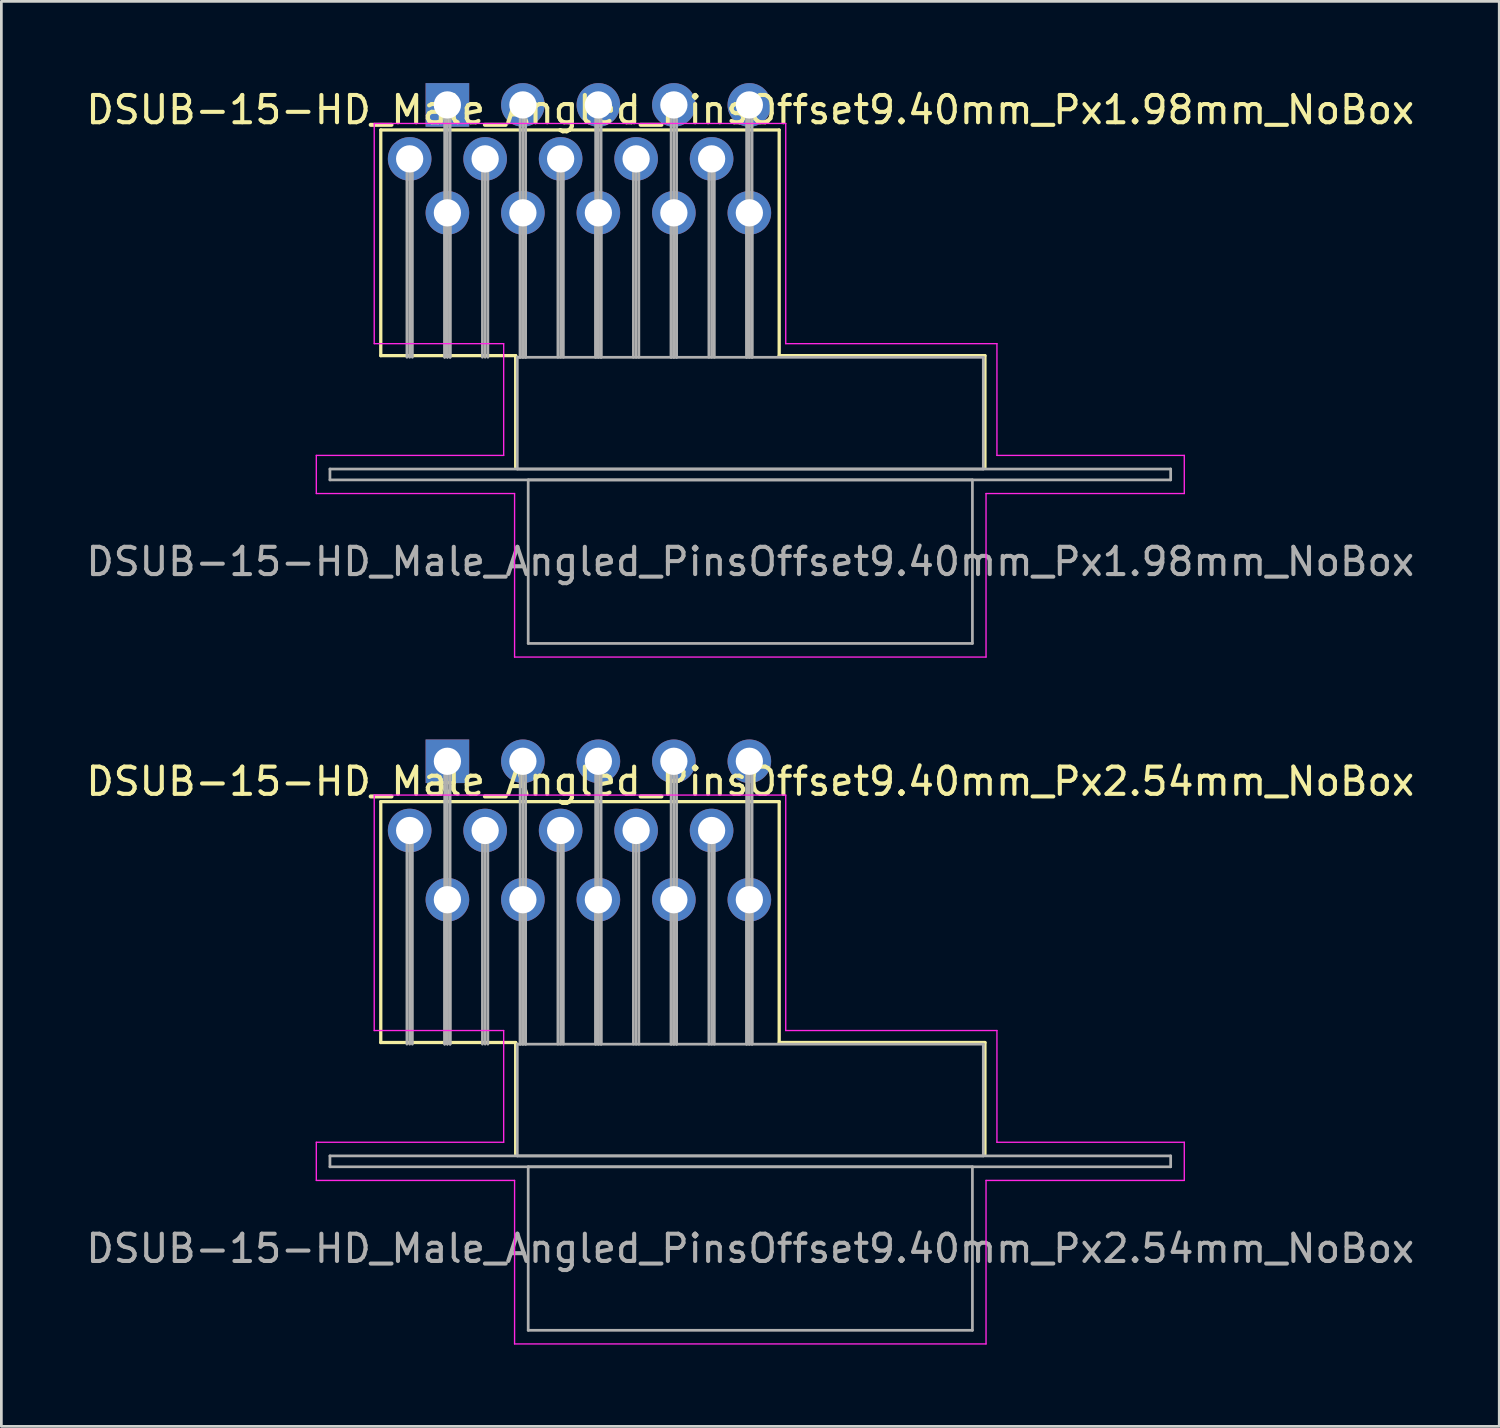
<source format=kicad_pcb>
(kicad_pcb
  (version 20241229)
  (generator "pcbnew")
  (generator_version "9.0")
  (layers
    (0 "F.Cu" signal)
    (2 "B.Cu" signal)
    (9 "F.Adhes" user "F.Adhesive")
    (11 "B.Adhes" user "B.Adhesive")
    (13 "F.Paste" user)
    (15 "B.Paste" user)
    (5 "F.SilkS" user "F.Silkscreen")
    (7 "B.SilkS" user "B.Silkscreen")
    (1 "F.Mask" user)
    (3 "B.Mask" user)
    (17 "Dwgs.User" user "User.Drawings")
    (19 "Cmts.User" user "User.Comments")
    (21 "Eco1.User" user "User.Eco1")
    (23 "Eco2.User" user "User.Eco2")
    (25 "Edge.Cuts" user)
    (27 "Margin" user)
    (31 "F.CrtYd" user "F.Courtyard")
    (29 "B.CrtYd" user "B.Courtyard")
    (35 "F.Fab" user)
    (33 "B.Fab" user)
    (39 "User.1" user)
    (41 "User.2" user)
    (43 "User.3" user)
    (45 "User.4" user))
  (footprint "DSUB-15-HD_Male_Angled_PinsOffset9.40mm_Px1.98mm_NoBox"
    (layer "F.Cu")
    (at 13.367 0.8)
    (property "Reference" "DSUB-15-HD_Male_Angled_PinsOffset9.40mm_Px1.98mm_NoBox" (at 11.115 0.18 0) (layer "F.SilkS") (effects (font (size 1 1) (thickness 0.15))))
    (attr through_hole)
    (fp_line (start -2.445 0.92) (end 12.175 0.92) (stroke (width 0.12) (type solid)) (layer "F.SilkS"))
    (fp_line (start -2.445 9.2) (end -2.445 0.92) (stroke (width 0.12) (type solid)) (layer "F.SilkS"))
    (fp_line (start -0.25 0.226) (end 0.25 0.226) (stroke (width 0.12) (type solid)) (layer "F.SilkS"))
    (fp_line (start 0 0.659) (end -0.25 0.226) (stroke (width 0.12) (type solid)) (layer "F.SilkS"))
    (fp_line (start 0.25 0.226) (end 0 0.659) (stroke (width 0.12) (type solid)) (layer "F.SilkS"))
    (fp_line (start 2.505 9.2) (end -2.445 9.2) (stroke (width 0.12) (type solid)) (layer "F.SilkS"))
    (fp_line (start 2.505 13.3) (end 2.505 9.2) (stroke (width 0.12) (type solid)) (layer "F.SilkS"))
    (fp_line (start 12.175 0.92) (end 12.175 9.2) (stroke (width 0.12) (type solid)) (layer "F.SilkS"))
    (fp_line (start 12.175 9.2) (end 19.725 9.2) (stroke (width 0.12) (type solid)) (layer "F.SilkS"))
    (fp_line (start 19.725 9.2) (end 19.725 13.3) (stroke (width 0.12) (type solid)) (layer "F.SilkS"))
    (fp_line (start -4.81 12.86) (end 2.065 12.86) (stroke (width 0.05) (type solid)) (layer "F.CrtYd"))
    (fp_line (start -4.81 14.26) (end -4.81 12.86) (stroke (width 0.05) (type solid)) (layer "F.CrtYd"))
    (fp_line (start -2.685 0.68) (end 12.415 0.68) (stroke (width 0.05) (type solid)) (layer "F.CrtYd"))
    (fp_line (start -2.685 8.76) (end -2.685 0.68) (stroke (width 0.05) (type solid)) (layer "F.CrtYd"))
    (fp_line (start 2.065 8.76) (end -2.685 8.76) (stroke (width 0.05) (type solid)) (layer "F.CrtYd"))
    (fp_line (start 2.065 12.86) (end 2.065 8.76) (stroke (width 0.05) (type solid)) (layer "F.CrtYd"))
    (fp_line (start 2.465 14.26) (end -4.81 14.26) (stroke (width 0.05) (type solid)) (layer "F.CrtYd"))
    (fp_line (start 2.465 20.26) (end 2.465 14.26) (stroke (width 0.05) (type solid)) (layer "F.CrtYd"))
    (fp_line (start 12.415 0.68) (end 12.415 8.76) (stroke (width 0.05) (type solid)) (layer "F.CrtYd"))
    (fp_line (start 12.415 8.76) (end 20.165 8.76) (stroke (width 0.05) (type solid)) (layer "F.CrtYd"))
    (fp_line (start 19.765 14.26) (end 19.765 20.26) (stroke (width 0.05) (type solid)) (layer "F.CrtYd"))
    (fp_line (start 19.765 20.26) (end 2.465 20.26) (stroke (width 0.05) (type solid)) (layer "F.CrtYd"))
    (fp_line (start 20.165 8.76) (end 20.165 12.86) (stroke (width 0.05) (type solid)) (layer "F.CrtYd"))
    (fp_line (start 20.165 12.86) (end 27.04 12.86) (stroke (width 0.05) (type solid)) (layer "F.CrtYd"))
    (fp_line (start 27.04 12.86) (end 27.04 14.26) (stroke (width 0.05) (type solid)) (layer "F.CrtYd"))
    (fp_line (start 27.04 14.26) (end 19.765 14.26) (stroke (width 0.05) (type solid)) (layer "F.CrtYd"))
    (fp_line (start -4.31 13.36) (end -4.31 13.76) (stroke (width 0.1) (type solid)) (layer "F.Fab"))
    (fp_line (start -4.31 13.76) (end 26.54 13.76) (stroke (width 0.1) (type solid)) (layer "F.Fab"))
    (fp_line (start -1.485 1.98) (end -1.485 9.26) (stroke (width 0.1) (type solid)) (layer "F.Fab"))
    (fp_line (start -1.385 1.98) (end -1.385 9.26) (stroke (width 0.1) (type solid)) (layer "F.Fab"))
    (fp_line (start -1.285 1.98) (end -1.285 9.26) (stroke (width 0.1) (type solid)) (layer "F.Fab"))
    (fp_line (start -0.1 0) (end -0.1 9.26) (stroke (width 0.1) (type solid)) (layer "F.Fab"))
    (fp_line (start -0.1 3.96) (end -0.1 9.26) (stroke (width 0.1) (type solid)) (layer "F.Fab"))
    (fp_line (start 0 0) (end 0 9.26) (stroke (width 0.1) (type solid)) (layer "F.Fab"))
    (fp_line (start 0 3.96) (end 0 9.26) (stroke (width 0.1) (type solid)) (layer "F.Fab"))
    (fp_line (start 0.1 0) (end 0.1 9.26) (stroke (width 0.1) (type solid)) (layer "F.Fab"))
    (fp_line (start 0.1 3.96) (end 0.1 9.26) (stroke (width 0.1) (type solid)) (layer "F.Fab"))
    (fp_line (start 1.285 1.98) (end 1.285 9.26) (stroke (width 0.1) (type solid)) (layer "F.Fab"))
    (fp_line (start 1.385 1.98) (end 1.385 9.26) (stroke (width 0.1) (type solid)) (layer "F.Fab"))
    (fp_line (start 1.485 1.98) (end 1.485 9.26) (stroke (width 0.1) (type solid)) (layer "F.Fab"))
    (fp_line (start 2.565 9.26) (end 2.565 13.36) (stroke (width 0.1) (type solid)) (layer "F.Fab"))
    (fp_line (start 2.565 13.36) (end 19.665 13.36) (stroke (width 0.1) (type solid)) (layer "F.Fab"))
    (fp_line (start 2.67 0) (end 2.67 9.26) (stroke (width 0.1) (type solid)) (layer "F.Fab"))
    (fp_line (start 2.67 3.96) (end 2.67 9.26) (stroke (width 0.1) (type solid)) (layer "F.Fab"))
    (fp_line (start 2.77 0) (end 2.77 9.26) (stroke (width 0.1) (type solid)) (layer "F.Fab"))
    (fp_line (start 2.77 3.96) (end 2.77 9.26) (stroke (width 0.1) (type solid)) (layer "F.Fab"))
    (fp_line (start 2.87 0) (end 2.87 9.26) (stroke (width 0.1) (type solid)) (layer "F.Fab"))
    (fp_line (start 2.87 3.96) (end 2.87 9.26) (stroke (width 0.1) (type solid)) (layer "F.Fab"))
    (fp_line (start 2.965 13.76) (end 2.965 19.76) (stroke (width 0.1) (type solid)) (layer "F.Fab"))
    (fp_line (start 2.965 19.76) (end 19.265 19.76) (stroke (width 0.1) (type solid)) (layer "F.Fab"))
    (fp_line (start 4.055 1.98) (end 4.055 9.26) (stroke (width 0.1) (type solid)) (layer "F.Fab"))
    (fp_line (start 4.155 1.98) (end 4.155 9.26) (stroke (width 0.1) (type solid)) (layer "F.Fab"))
    (fp_line (start 4.255 1.98) (end 4.255 9.26) (stroke (width 0.1) (type solid)) (layer "F.Fab"))
    (fp_line (start 5.44 0) (end 5.44 9.26) (stroke (width 0.1) (type solid)) (layer "F.Fab"))
    (fp_line (start 5.44 3.96) (end 5.44 9.26) (stroke (width 0.1) (type solid)) (layer "F.Fab"))
    (fp_line (start 5.54 0) (end 5.54 9.26) (stroke (width 0.1) (type solid)) (layer "F.Fab"))
    (fp_line (start 5.54 3.96) (end 5.54 9.26) (stroke (width 0.1) (type solid)) (layer "F.Fab"))
    (fp_line (start 5.64 0) (end 5.64 9.26) (stroke (width 0.1) (type solid)) (layer "F.Fab"))
    (fp_line (start 5.64 3.96) (end 5.64 9.26) (stroke (width 0.1) (type solid)) (layer "F.Fab"))
    (fp_line (start 6.825 1.98) (end 6.825 9.26) (stroke (width 0.1) (type solid)) (layer "F.Fab"))
    (fp_line (start 6.925 1.98) (end 6.925 9.26) (stroke (width 0.1) (type solid)) (layer "F.Fab"))
    (fp_line (start 7.025 1.98) (end 7.025 9.26) (stroke (width 0.1) (type solid)) (layer "F.Fab"))
    (fp_line (start 8.21 0) (end 8.21 9.26) (stroke (width 0.1) (type solid)) (layer "F.Fab"))
    (fp_line (start 8.21 3.96) (end 8.21 9.26) (stroke (width 0.1) (type solid)) (layer "F.Fab"))
    (fp_line (start 8.31 0) (end 8.31 9.26) (stroke (width 0.1) (type solid)) (layer "F.Fab"))
    (fp_line (start 8.31 3.96) (end 8.31 9.26) (stroke (width 0.1) (type solid)) (layer "F.Fab"))
    (fp_line (start 8.41 0) (end 8.41 9.26) (stroke (width 0.1) (type solid)) (layer "F.Fab"))
    (fp_line (start 8.41 3.96) (end 8.41 9.26) (stroke (width 0.1) (type solid)) (layer "F.Fab"))
    (fp_line (start 9.595 1.98) (end 9.595 9.26) (stroke (width 0.1) (type solid)) (layer "F.Fab"))
    (fp_line (start 9.695 1.98) (end 9.695 9.26) (stroke (width 0.1) (type solid)) (layer "F.Fab"))
    (fp_line (start 9.795 1.98) (end 9.795 9.26) (stroke (width 0.1) (type solid)) (layer "F.Fab"))
    (fp_line (start 10.98 0) (end 10.98 9.26) (stroke (width 0.1) (type solid)) (layer "F.Fab"))
    (fp_line (start 10.98 3.96) (end 10.98 9.26) (stroke (width 0.1) (type solid)) (layer "F.Fab"))
    (fp_line (start 11.08 0) (end 11.08 9.26) (stroke (width 0.1) (type solid)) (layer "F.Fab"))
    (fp_line (start 11.08 3.96) (end 11.08 9.26) (stroke (width 0.1) (type solid)) (layer "F.Fab"))
    (fp_line (start 11.18 0) (end 11.18 9.26) (stroke (width 0.1) (type solid)) (layer "F.Fab"))
    (fp_line (start 11.18 3.96) (end 11.18 9.26) (stroke (width 0.1) (type solid)) (layer "F.Fab"))
    (fp_line (start 19.265 13.76) (end 2.965 13.76) (stroke (width 0.1) (type solid)) (layer "F.Fab"))
    (fp_line (start 19.265 19.76) (end 19.265 13.76) (stroke (width 0.1) (type solid)) (layer "F.Fab"))
    (fp_line (start 19.665 9.26) (end 2.565 9.26) (stroke (width 0.1) (type solid)) (layer "F.Fab"))
    (fp_line (start 19.665 13.36) (end 19.665 9.26) (stroke (width 0.1) (type solid)) (layer "F.Fab"))
    (fp_line (start 26.54 13.36) (end -4.31 13.36) (stroke (width 0.1) (type solid)) (layer "F.Fab"))
    (fp_line (start 26.54 13.76) (end 26.54 13.36) (stroke (width 0.1) (type solid)) (layer "F.Fab"))
    (fp_text user "${REFERENCE}" (at 11.115 16.76 0) (layer "F.Fab") (effects (font (size 1 1) (thickness 0.15))))
    (pad "1" thru_hole rect (at 0 0) (size 1.6 1.6) (drill 1) (layers "*.Cu" "*.Mask"))
    (pad "2" thru_hole circle (at 2.77 0) (size 1.6 1.6) (drill 1) (layers "*.Cu" "*.Mask"))
    (pad "3" thru_hole circle (at 5.54 0) (size 1.6 1.6) (drill 1) (layers "*.Cu" "*.Mask"))
    (pad "4" thru_hole circle (at 8.31 0) (size 1.6 1.6) (drill 1) (layers "*.Cu" "*.Mask"))
    (pad "5" thru_hole circle (at 11.08 0) (size 1.6 1.6) (drill 1) (layers "*.Cu" "*.Mask"))
    (pad "6" thru_hole circle (at -1.385 1.98) (size 1.6 1.6) (drill 1) (layers "*.Cu" "*.Mask"))
    (pad "7" thru_hole circle (at 1.385 1.98) (size 1.6 1.6) (drill 1) (layers "*.Cu" "*.Mask"))
    (pad "8" thru_hole circle (at 4.155 1.98) (size 1.6 1.6) (drill 1) (layers "*.Cu" "*.Mask"))
    (pad "9" thru_hole circle (at 6.925 1.98) (size 1.6 1.6) (drill 1) (layers "*.Cu" "*.Mask"))
    (pad "10" thru_hole circle (at 9.695 1.98) (size 1.6 1.6) (drill 1) (layers "*.Cu" "*.Mask"))
    (pad "11" thru_hole circle (at 0 3.96) (size 1.6 1.6) (drill 1) (layers "*.Cu" "*.Mask"))
    (pad "12" thru_hole circle (at 2.77 3.96) (size 1.6 1.6) (drill 1) (layers "*.Cu" "*.Mask"))
    (pad "13" thru_hole circle (at 5.54 3.96) (size 1.6 1.6) (drill 1) (layers "*.Cu" "*.Mask"))
    (pad "14" thru_hole circle (at 8.31 3.96) (size 1.6 1.6) (drill 1) (layers "*.Cu" "*.Mask"))
    (pad "15" thru_hole circle (at 11.08 3.96) (size 1.6 1.6) (drill 1) (layers "*.Cu" "*.Mask")))
  (footprint "DSUB-15-HD_Male_Angled_PinsOffset9.40mm_Px2.54mm_NoBox"
    (layer "F.Cu")
    (at 13.367 24.885)
    (property "Reference" "DSUB-15-HD_Male_Angled_PinsOffset9.40mm_Px2.54mm_NoBox" (at 11.115 0.74 0) (layer "F.SilkS") (effects (font (size 1 1) (thickness 0.15))))
    (attr through_hole)
    (fp_line (start -2.445 1.48) (end 12.175 1.48) (stroke (width 0.12) (type solid)) (layer "F.SilkS"))
    (fp_line (start -2.445 10.32) (end -2.445 1.48) (stroke (width 0.12) (type solid)) (layer "F.SilkS"))
    (fp_line (start -0.25 0.786) (end 0.25 0.786) (stroke (width 0.12) (type solid)) (layer "F.SilkS"))
    (fp_line (start 0 1.219) (end -0.25 0.786) (stroke (width 0.12) (type solid)) (layer "F.SilkS"))
    (fp_line (start 0.25 0.786) (end 0 1.219) (stroke (width 0.12) (type solid)) (layer "F.SilkS"))
    (fp_line (start 2.505 10.32) (end -2.445 10.32) (stroke (width 0.12) (type solid)) (layer "F.SilkS"))
    (fp_line (start 2.505 14.42) (end 2.505 10.32) (stroke (width 0.12) (type solid)) (layer "F.SilkS"))
    (fp_line (start 12.175 1.48) (end 12.175 10.32) (stroke (width 0.12) (type solid)) (layer "F.SilkS"))
    (fp_line (start 12.175 10.32) (end 19.725 10.32) (stroke (width 0.12) (type solid)) (layer "F.SilkS"))
    (fp_line (start 19.725 10.32) (end 19.725 14.42) (stroke (width 0.12) (type solid)) (layer "F.SilkS"))
    (fp_line (start -4.81 13.98) (end 2.065 13.98) (stroke (width 0.05) (type solid)) (layer "F.CrtYd"))
    (fp_line (start -4.81 15.38) (end -4.81 13.98) (stroke (width 0.05) (type solid)) (layer "F.CrtYd"))
    (fp_line (start -2.685 1.24) (end 12.415 1.24) (stroke (width 0.05) (type solid)) (layer "F.CrtYd"))
    (fp_line (start -2.685 9.88) (end -2.685 1.24) (stroke (width 0.05) (type solid)) (layer "F.CrtYd"))
    (fp_line (start 2.065 9.88) (end -2.685 9.88) (stroke (width 0.05) (type solid)) (layer "F.CrtYd"))
    (fp_line (start 2.065 13.98) (end 2.065 9.88) (stroke (width 0.05) (type solid)) (layer "F.CrtYd"))
    (fp_line (start 2.465 15.38) (end -4.81 15.38) (stroke (width 0.05) (type solid)) (layer "F.CrtYd"))
    (fp_line (start 2.465 21.38) (end 2.465 15.38) (stroke (width 0.05) (type solid)) (layer "F.CrtYd"))
    (fp_line (start 12.415 1.24) (end 12.415 9.88) (stroke (width 0.05) (type solid)) (layer "F.CrtYd"))
    (fp_line (start 12.415 9.88) (end 20.165 9.88) (stroke (width 0.05) (type solid)) (layer "F.CrtYd"))
    (fp_line (start 19.765 15.38) (end 19.765 21.38) (stroke (width 0.05) (type solid)) (layer "F.CrtYd"))
    (fp_line (start 19.765 21.38) (end 2.465 21.38) (stroke (width 0.05) (type solid)) (layer "F.CrtYd"))
    (fp_line (start 20.165 9.88) (end 20.165 13.98) (stroke (width 0.05) (type solid)) (layer "F.CrtYd"))
    (fp_line (start 20.165 13.98) (end 27.04 13.98) (stroke (width 0.05) (type solid)) (layer "F.CrtYd"))
    (fp_line (start 27.04 13.98) (end 27.04 15.38) (stroke (width 0.05) (type solid)) (layer "F.CrtYd"))
    (fp_line (start 27.04 15.38) (end 19.765 15.38) (stroke (width 0.05) (type solid)) (layer "F.CrtYd"))
    (fp_line (start -4.31 14.48) (end -4.31 14.88) (stroke (width 0.1) (type solid)) (layer "F.Fab"))
    (fp_line (start -4.31 14.88) (end 26.54 14.88) (stroke (width 0.1) (type solid)) (layer "F.Fab"))
    (fp_line (start -1.485 2.54) (end -1.485 10.38) (stroke (width 0.1) (type solid)) (layer "F.Fab"))
    (fp_line (start -1.385 2.54) (end -1.385 10.38) (stroke (width 0.1) (type solid)) (layer "F.Fab"))
    (fp_line (start -1.285 2.54) (end -1.285 10.38) (stroke (width 0.1) (type solid)) (layer "F.Fab"))
    (fp_line (start -0.1 0) (end -0.1 10.38) (stroke (width 0.1) (type solid)) (layer "F.Fab"))
    (fp_line (start -0.1 5.08) (end -0.1 10.38) (stroke (width 0.1) (type solid)) (layer "F.Fab"))
    (fp_line (start 0 0) (end 0 10.38) (stroke (width 0.1) (type solid)) (layer "F.Fab"))
    (fp_line (start 0 5.08) (end 0 10.38) (stroke (width 0.1) (type solid)) (layer "F.Fab"))
    (fp_line (start 0.1 0) (end 0.1 10.38) (stroke (width 0.1) (type solid)) (layer "F.Fab"))
    (fp_line (start 0.1 5.08) (end 0.1 10.38) (stroke (width 0.1) (type solid)) (layer "F.Fab"))
    (fp_line (start 1.285 2.54) (end 1.285 10.38) (stroke (width 0.1) (type solid)) (layer "F.Fab"))
    (fp_line (start 1.385 2.54) (end 1.385 10.38) (stroke (width 0.1) (type solid)) (layer "F.Fab"))
    (fp_line (start 1.485 2.54) (end 1.485 10.38) (stroke (width 0.1) (type solid)) (layer "F.Fab"))
    (fp_line (start 2.565 10.38) (end 2.565 14.48) (stroke (width 0.1) (type solid)) (layer "F.Fab"))
    (fp_line (start 2.565 14.48) (end 19.665 14.48) (stroke (width 0.1) (type solid)) (layer "F.Fab"))
    (fp_line (start 2.67 0) (end 2.67 10.38) (stroke (width 0.1) (type solid)) (layer "F.Fab"))
    (fp_line (start 2.67 5.08) (end 2.67 10.38) (stroke (width 0.1) (type solid)) (layer "F.Fab"))
    (fp_line (start 2.77 0) (end 2.77 10.38) (stroke (width 0.1) (type solid)) (layer "F.Fab"))
    (fp_line (start 2.77 5.08) (end 2.77 10.38) (stroke (width 0.1) (type solid)) (layer "F.Fab"))
    (fp_line (start 2.87 0) (end 2.87 10.38) (stroke (width 0.1) (type solid)) (layer "F.Fab"))
    (fp_line (start 2.87 5.08) (end 2.87 10.38) (stroke (width 0.1) (type solid)) (layer "F.Fab"))
    (fp_line (start 2.965 14.88) (end 2.965 20.88) (stroke (width 0.1) (type solid)) (layer "F.Fab"))
    (fp_line (start 2.965 20.88) (end 19.265 20.88) (stroke (width 0.1) (type solid)) (layer "F.Fab"))
    (fp_line (start 4.055 2.54) (end 4.055 10.38) (stroke (width 0.1) (type solid)) (layer "F.Fab"))
    (fp_line (start 4.155 2.54) (end 4.155 10.38) (stroke (width 0.1) (type solid)) (layer "F.Fab"))
    (fp_line (start 4.255 2.54) (end 4.255 10.38) (stroke (width 0.1) (type solid)) (layer "F.Fab"))
    (fp_line (start 5.44 0) (end 5.44 10.38) (stroke (width 0.1) (type solid)) (layer "F.Fab"))
    (fp_line (start 5.44 5.08) (end 5.44 10.38) (stroke (width 0.1) (type solid)) (layer "F.Fab"))
    (fp_line (start 5.54 0) (end 5.54 10.38) (stroke (width 0.1) (type solid)) (layer "F.Fab"))
    (fp_line (start 5.54 5.08) (end 5.54 10.38) (stroke (width 0.1) (type solid)) (layer "F.Fab"))
    (fp_line (start 5.64 0) (end 5.64 10.38) (stroke (width 0.1) (type solid)) (layer "F.Fab"))
    (fp_line (start 5.64 5.08) (end 5.64 10.38) (stroke (width 0.1) (type solid)) (layer "F.Fab"))
    (fp_line (start 6.825 2.54) (end 6.825 10.38) (stroke (width 0.1) (type solid)) (layer "F.Fab"))
    (fp_line (start 6.925 2.54) (end 6.925 10.38) (stroke (width 0.1) (type solid)) (layer "F.Fab"))
    (fp_line (start 7.025 2.54) (end 7.025 10.38) (stroke (width 0.1) (type solid)) (layer "F.Fab"))
    (fp_line (start 8.21 0) (end 8.21 10.38) (stroke (width 0.1) (type solid)) (layer "F.Fab"))
    (fp_line (start 8.21 5.08) (end 8.21 10.38) (stroke (width 0.1) (type solid)) (layer "F.Fab"))
    (fp_line (start 8.31 0) (end 8.31 10.38) (stroke (width 0.1) (type solid)) (layer "F.Fab"))
    (fp_line (start 8.31 5.08) (end 8.31 10.38) (stroke (width 0.1) (type solid)) (layer "F.Fab"))
    (fp_line (start 8.41 0) (end 8.41 10.38) (stroke (width 0.1) (type solid)) (layer "F.Fab"))
    (fp_line (start 8.41 5.08) (end 8.41 10.38) (stroke (width 0.1) (type solid)) (layer "F.Fab"))
    (fp_line (start 9.595 2.54) (end 9.595 10.38) (stroke (width 0.1) (type solid)) (layer "F.Fab"))
    (fp_line (start 9.695 2.54) (end 9.695 10.38) (stroke (width 0.1) (type solid)) (layer "F.Fab"))
    (fp_line (start 9.795 2.54) (end 9.795 10.38) (stroke (width 0.1) (type solid)) (layer "F.Fab"))
    (fp_line (start 10.98 0) (end 10.98 10.38) (stroke (width 0.1) (type solid)) (layer "F.Fab"))
    (fp_line (start 10.98 5.08) (end 10.98 10.38) (stroke (width 0.1) (type solid)) (layer "F.Fab"))
    (fp_line (start 11.08 0) (end 11.08 10.38) (stroke (width 0.1) (type solid)) (layer "F.Fab"))
    (fp_line (start 11.08 5.08) (end 11.08 10.38) (stroke (width 0.1) (type solid)) (layer "F.Fab"))
    (fp_line (start 11.18 0) (end 11.18 10.38) (stroke (width 0.1) (type solid)) (layer "F.Fab"))
    (fp_line (start 11.18 5.08) (end 11.18 10.38) (stroke (width 0.1) (type solid)) (layer "F.Fab"))
    (fp_line (start 19.265 14.88) (end 2.965 14.88) (stroke (width 0.1) (type solid)) (layer "F.Fab"))
    (fp_line (start 19.265 20.88) (end 19.265 14.88) (stroke (width 0.1) (type solid)) (layer "F.Fab"))
    (fp_line (start 19.665 10.38) (end 2.565 10.38) (stroke (width 0.1) (type solid)) (layer "F.Fab"))
    (fp_line (start 19.665 14.48) (end 19.665 10.38) (stroke (width 0.1) (type solid)) (layer "F.Fab"))
    (fp_line (start 26.54 14.48) (end -4.31 14.48) (stroke (width 0.1) (type solid)) (layer "F.Fab"))
    (fp_line (start 26.54 14.88) (end 26.54 14.48) (stroke (width 0.1) (type solid)) (layer "F.Fab"))
    (fp_text user "${REFERENCE}" (at 11.115 17.88 0) (layer "F.Fab") (effects (font (size 1 1) (thickness 0.15))))
    (pad "1" thru_hole rect (at 0 0) (size 1.6 1.6) (drill 1) (layers "*.Cu" "*.Mask"))
    (pad "2" thru_hole circle (at 2.77 0) (size 1.6 1.6) (drill 1) (layers "*.Cu" "*.Mask"))
    (pad "3" thru_hole circle (at 5.54 0) (size 1.6 1.6) (drill 1) (layers "*.Cu" "*.Mask"))
    (pad "4" thru_hole circle (at 8.31 0) (size 1.6 1.6) (drill 1) (layers "*.Cu" "*.Mask"))
    (pad "5" thru_hole circle (at 11.08 0) (size 1.6 1.6) (drill 1) (layers "*.Cu" "*.Mask"))
    (pad "6" thru_hole circle (at -1.385 2.54) (size 1.6 1.6) (drill 1) (layers "*.Cu" "*.Mask"))
    (pad "7" thru_hole circle (at 1.385 2.54) (size 1.6 1.6) (drill 1) (layers "*.Cu" "*.Mask"))
    (pad "8" thru_hole circle (at 4.155 2.54) (size 1.6 1.6) (drill 1) (layers "*.Cu" "*.Mask"))
    (pad "9" thru_hole circle (at 6.925 2.54) (size 1.6 1.6) (drill 1) (layers "*.Cu" "*.Mask"))
    (pad "10" thru_hole circle (at 9.695 2.54) (size 1.6 1.6) (drill 1) (layers "*.Cu" "*.Mask"))
    (pad "11" thru_hole circle (at 0 5.08) (size 1.6 1.6) (drill 1) (layers "*.Cu" "*.Mask"))
    (pad "12" thru_hole circle (at 2.77 5.08) (size 1.6 1.6) (drill 1) (layers "*.Cu" "*.Mask"))
    (pad "13" thru_hole circle (at 5.54 5.08) (size 1.6 1.6) (drill 1) (layers "*.Cu" "*.Mask"))
    (pad "14" thru_hole circle (at 8.31 5.08) (size 1.6 1.6) (drill 1) (layers "*.Cu" "*.Mask"))
    (pad "15" thru_hole circle (at 11.08 5.08) (size 1.6 1.6) (drill 1) (layers "*.Cu" "*.Mask")))
  (gr_rect
    (start -3 -3)
    (end 51.964 49.29)
    (stroke (width 0.1) (type default))
    (fill no)
    (layer "Edge.Cuts")))
</source>
